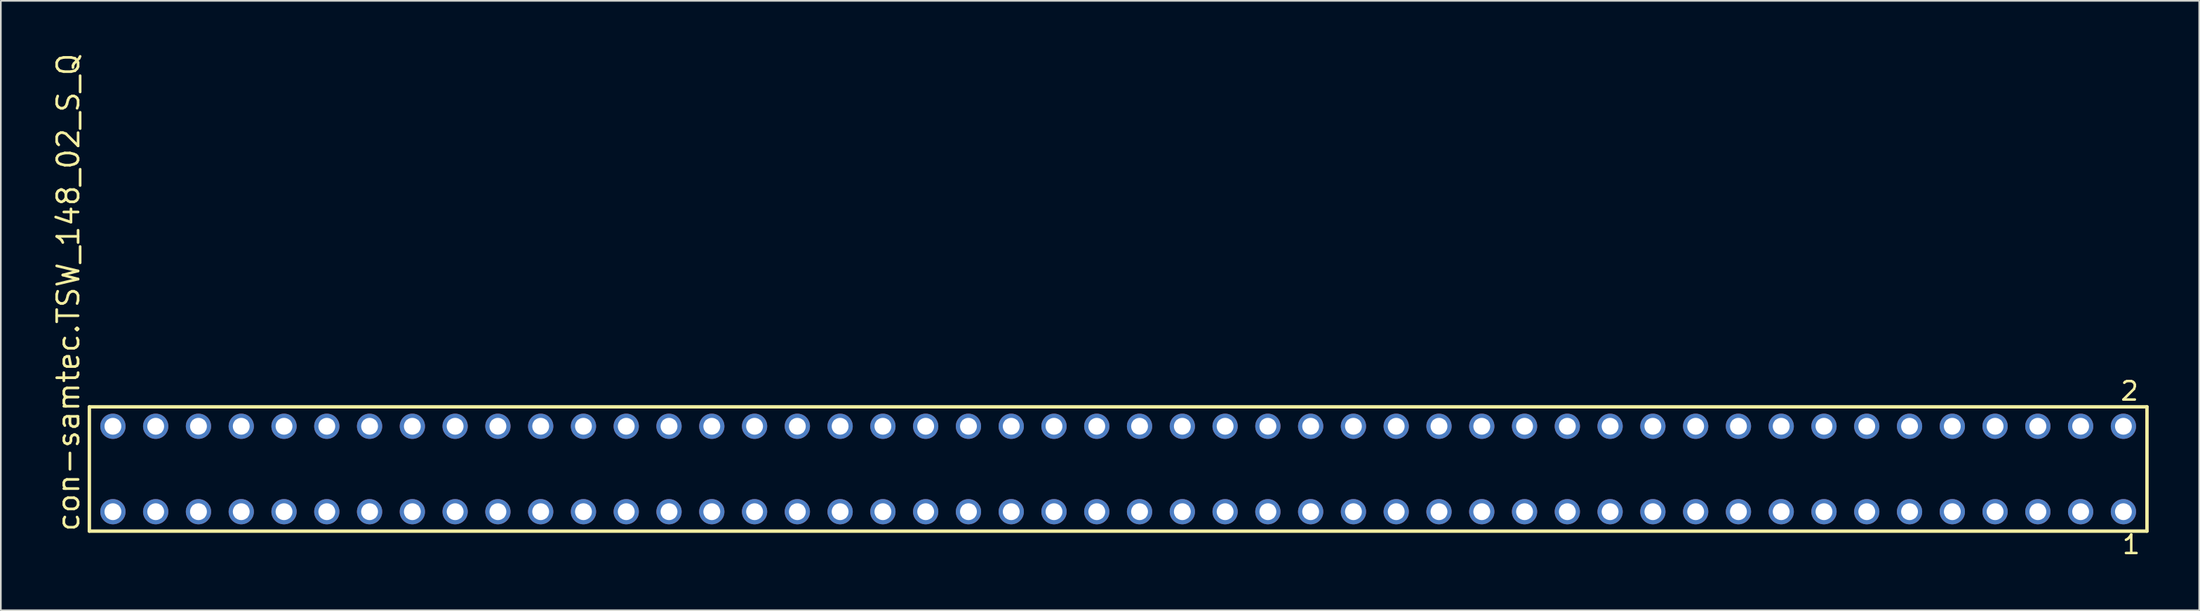
<source format=kicad_pcb>
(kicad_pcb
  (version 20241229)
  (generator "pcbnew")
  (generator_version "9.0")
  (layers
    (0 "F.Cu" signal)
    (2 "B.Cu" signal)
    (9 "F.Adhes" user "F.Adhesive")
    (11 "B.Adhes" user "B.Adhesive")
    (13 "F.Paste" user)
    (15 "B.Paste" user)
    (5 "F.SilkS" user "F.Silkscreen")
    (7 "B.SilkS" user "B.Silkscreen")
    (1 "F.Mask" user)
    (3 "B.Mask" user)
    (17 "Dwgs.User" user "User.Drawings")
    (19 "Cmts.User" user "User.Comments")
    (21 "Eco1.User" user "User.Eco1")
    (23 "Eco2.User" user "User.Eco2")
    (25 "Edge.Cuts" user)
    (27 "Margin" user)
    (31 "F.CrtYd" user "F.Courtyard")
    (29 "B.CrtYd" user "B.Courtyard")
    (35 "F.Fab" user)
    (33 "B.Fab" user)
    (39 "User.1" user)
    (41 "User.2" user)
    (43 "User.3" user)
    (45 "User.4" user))
  (footprint "con-samtec.TSW_148_02_S_Q"
    (layer "F.Cu")
    (at 63.345 24.84)
    (property "Reference" "con-samtec.TSW_148_02_S_Q" (at -61.595 3.81 90) (layer "F.SilkS") (effects (font (size 1.27 1.27) (thickness 0.16)) (justify left bottom)))
    (attr through_hole)
    (fp_line (start -61.089 -3.695) (end 61.089 -3.695) (stroke (width 0.203) (type default)) (layer "F.SilkS"))
    (fp_line (start -61.089 3.695) (end -61.089 -3.695) (stroke (width 0.203) (type default)) (layer "F.SilkS"))
    (fp_line (start 61.089 -3.695) (end 61.089 3.695) (stroke (width 0.203) (type default)) (layer "F.SilkS"))
    (fp_line (start 61.089 3.695) (end -61.089 3.695) (stroke (width 0.203) (type default)) (layer "F.SilkS"))
    (fp_rect (start -60.04 -2.19) (end -59.34 -2.89) (stroke (width 0.05) (type default)) (fill no) (layer "F.Fab"))
    (fp_rect (start -60.04 2.89) (end -59.34 2.19) (stroke (width 0.05) (type default)) (fill no) (layer "F.Fab"))
    (fp_rect (start -57.5 -2.19) (end -56.8 -2.89) (stroke (width 0.05) (type default)) (fill no) (layer "F.Fab"))
    (fp_rect (start -57.5 2.89) (end -56.8 2.19) (stroke (width 0.05) (type default)) (fill no) (layer "F.Fab"))
    (fp_rect (start -54.96 -2.19) (end -54.26 -2.89) (stroke (width 0.05) (type default)) (fill no) (layer "F.Fab"))
    (fp_rect (start -54.96 2.89) (end -54.26 2.19) (stroke (width 0.05) (type default)) (fill no) (layer "F.Fab"))
    (fp_rect (start -52.42 -2.19) (end -51.72 -2.89) (stroke (width 0.05) (type default)) (fill no) (layer "F.Fab"))
    (fp_rect (start -52.42 2.89) (end -51.72 2.19) (stroke (width 0.05) (type default)) (fill no) (layer "F.Fab"))
    (fp_rect (start -49.88 -2.19) (end -49.18 -2.89) (stroke (width 0.05) (type default)) (fill no) (layer "F.Fab"))
    (fp_rect (start -49.88 2.89) (end -49.18 2.19) (stroke (width 0.05) (type default)) (fill no) (layer "F.Fab"))
    (fp_rect (start -47.34 -2.19) (end -46.64 -2.89) (stroke (width 0.05) (type default)) (fill no) (layer "F.Fab"))
    (fp_rect (start -47.34 2.89) (end -46.64 2.19) (stroke (width 0.05) (type default)) (fill no) (layer "F.Fab"))
    (fp_rect (start -44.8 -2.19) (end -44.1 -2.89) (stroke (width 0.05) (type default)) (fill no) (layer "F.Fab"))
    (fp_rect (start -44.8 2.89) (end -44.1 2.19) (stroke (width 0.05) (type default)) (fill no) (layer "F.Fab"))
    (fp_rect (start -42.26 -2.19) (end -41.56 -2.89) (stroke (width 0.05) (type default)) (fill no) (layer "F.Fab"))
    (fp_rect (start -42.26 2.89) (end -41.56 2.19) (stroke (width 0.05) (type default)) (fill no) (layer "F.Fab"))
    (fp_rect (start -39.72 -2.19) (end -39.02 -2.89) (stroke (width 0.05) (type default)) (fill no) (layer "F.Fab"))
    (fp_rect (start -39.72 2.89) (end -39.02 2.19) (stroke (width 0.05) (type default)) (fill no) (layer "F.Fab"))
    (fp_rect (start -37.18 -2.19) (end -36.48 -2.89) (stroke (width 0.05) (type default)) (fill no) (layer "F.Fab"))
    (fp_rect (start -37.18 2.89) (end -36.48 2.19) (stroke (width 0.05) (type default)) (fill no) (layer "F.Fab"))
    (fp_rect (start -34.64 -2.19) (end -33.94 -2.89) (stroke (width 0.05) (type default)) (fill no) (layer "F.Fab"))
    (fp_rect (start -34.64 2.89) (end -33.94 2.19) (stroke (width 0.05) (type default)) (fill no) (layer "F.Fab"))
    (fp_rect (start -32.1 -2.19) (end -31.4 -2.89) (stroke (width 0.05) (type default)) (fill no) (layer "F.Fab"))
    (fp_rect (start -32.1 2.89) (end -31.4 2.19) (stroke (width 0.05) (type default)) (fill no) (layer "F.Fab"))
    (fp_rect (start -29.56 -2.19) (end -28.86 -2.89) (stroke (width 0.05) (type default)) (fill no) (layer "F.Fab"))
    (fp_rect (start -29.56 2.89) (end -28.86 2.19) (stroke (width 0.05) (type default)) (fill no) (layer "F.Fab"))
    (fp_rect (start -27.02 -2.19) (end -26.32 -2.89) (stroke (width 0.05) (type default)) (fill no) (layer "F.Fab"))
    (fp_rect (start -27.02 2.89) (end -26.32 2.19) (stroke (width 0.05) (type default)) (fill no) (layer "F.Fab"))
    (fp_rect (start -24.48 -2.19) (end -23.78 -2.89) (stroke (width 0.05) (type default)) (fill no) (layer "F.Fab"))
    (fp_rect (start -24.48 2.89) (end -23.78 2.19) (stroke (width 0.05) (type default)) (fill no) (layer "F.Fab"))
    (fp_rect (start -21.94 -2.19) (end -21.24 -2.89) (stroke (width 0.05) (type default)) (fill no) (layer "F.Fab"))
    (fp_rect (start -21.94 2.89) (end -21.24 2.19) (stroke (width 0.05) (type default)) (fill no) (layer "F.Fab"))
    (fp_rect (start -19.4 -2.19) (end -18.7 -2.89) (stroke (width 0.05) (type default)) (fill no) (layer "F.Fab"))
    (fp_rect (start -19.4 2.89) (end -18.7 2.19) (stroke (width 0.05) (type default)) (fill no) (layer "F.Fab"))
    (fp_rect (start -16.86 -2.19) (end -16.16 -2.89) (stroke (width 0.05) (type default)) (fill no) (layer "F.Fab"))
    (fp_rect (start -16.86 2.89) (end -16.16 2.19) (stroke (width 0.05) (type default)) (fill no) (layer "F.Fab"))
    (fp_rect (start -14.32 -2.19) (end -13.62 -2.89) (stroke (width 0.05) (type default)) (fill no) (layer "F.Fab"))
    (fp_rect (start -14.32 2.89) (end -13.62 2.19) (stroke (width 0.05) (type default)) (fill no) (layer "F.Fab"))
    (fp_rect (start -11.78 -2.19) (end -11.08 -2.89) (stroke (width 0.05) (type default)) (fill no) (layer "F.Fab"))
    (fp_rect (start -11.78 2.89) (end -11.08 2.19) (stroke (width 0.05) (type default)) (fill no) (layer "F.Fab"))
    (fp_rect (start -9.24 -2.19) (end -8.54 -2.89) (stroke (width 0.05) (type default)) (fill no) (layer "F.Fab"))
    (fp_rect (start -9.24 2.89) (end -8.54 2.19) (stroke (width 0.05) (type default)) (fill no) (layer "F.Fab"))
    (fp_rect (start -6.7 -2.19) (end -6 -2.89) (stroke (width 0.05) (type default)) (fill no) (layer "F.Fab"))
    (fp_rect (start -6.7 2.89) (end -6 2.19) (stroke (width 0.05) (type default)) (fill no) (layer "F.Fab"))
    (fp_rect (start -4.16 -2.19) (end -3.46 -2.89) (stroke (width 0.05) (type default)) (fill no) (layer "F.Fab"))
    (fp_rect (start -4.16 2.89) (end -3.46 2.19) (stroke (width 0.05) (type default)) (fill no) (layer "F.Fab"))
    (fp_rect (start -1.62 -2.19) (end -0.92 -2.89) (stroke (width 0.05) (type default)) (fill no) (layer "F.Fab"))
    (fp_rect (start -1.62 2.89) (end -0.92 2.19) (stroke (width 0.05) (type default)) (fill no) (layer "F.Fab"))
    (fp_rect (start 0.92 -2.19) (end 1.62 -2.89) (stroke (width 0.05) (type default)) (fill no) (layer "F.Fab"))
    (fp_rect (start 0.92 2.89) (end 1.62 2.19) (stroke (width 0.05) (type default)) (fill no) (layer "F.Fab"))
    (fp_rect (start 3.46 -2.19) (end 4.16 -2.89) (stroke (width 0.05) (type default)) (fill no) (layer "F.Fab"))
    (fp_rect (start 3.46 2.89) (end 4.16 2.19) (stroke (width 0.05) (type default)) (fill no) (layer "F.Fab"))
    (fp_rect (start 6 -2.19) (end 6.7 -2.89) (stroke (width 0.05) (type default)) (fill no) (layer "F.Fab"))
    (fp_rect (start 6 2.89) (end 6.7 2.19) (stroke (width 0.05) (type default)) (fill no) (layer "F.Fab"))
    (fp_rect (start 8.54 -2.19) (end 9.24 -2.89) (stroke (width 0.05) (type default)) (fill no) (layer "F.Fab"))
    (fp_rect (start 8.54 2.89) (end 9.24 2.19) (stroke (width 0.05) (type default)) (fill no) (layer "F.Fab"))
    (fp_rect (start 11.08 -2.19) (end 11.78 -2.89) (stroke (width 0.05) (type default)) (fill no) (layer "F.Fab"))
    (fp_rect (start 11.08 2.89) (end 11.78 2.19) (stroke (width 0.05) (type default)) (fill no) (layer "F.Fab"))
    (fp_rect (start 13.62 -2.19) (end 14.32 -2.89) (stroke (width 0.05) (type default)) (fill no) (layer "F.Fab"))
    (fp_rect (start 13.62 2.89) (end 14.32 2.19) (stroke (width 0.05) (type default)) (fill no) (layer "F.Fab"))
    (fp_rect (start 16.16 -2.19) (end 16.86 -2.89) (stroke (width 0.05) (type default)) (fill no) (layer "F.Fab"))
    (fp_rect (start 16.16 2.89) (end 16.86 2.19) (stroke (width 0.05) (type default)) (fill no) (layer "F.Fab"))
    (fp_rect (start 18.7 -2.19) (end 19.4 -2.89) (stroke (width 0.05) (type default)) (fill no) (layer "F.Fab"))
    (fp_rect (start 18.7 2.89) (end 19.4 2.19) (stroke (width 0.05) (type default)) (fill no) (layer "F.Fab"))
    (fp_rect (start 21.24 -2.19) (end 21.94 -2.89) (stroke (width 0.05) (type default)) (fill no) (layer "F.Fab"))
    (fp_rect (start 21.24 2.89) (end 21.94 2.19) (stroke (width 0.05) (type default)) (fill no) (layer "F.Fab"))
    (fp_rect (start 23.78 -2.19) (end 24.48 -2.89) (stroke (width 0.05) (type default)) (fill no) (layer "F.Fab"))
    (fp_rect (start 23.78 2.89) (end 24.48 2.19) (stroke (width 0.05) (type default)) (fill no) (layer "F.Fab"))
    (fp_rect (start 26.32 -2.19) (end 27.02 -2.89) (stroke (width 0.05) (type default)) (fill no) (layer "F.Fab"))
    (fp_rect (start 26.32 2.89) (end 27.02 2.19) (stroke (width 0.05) (type default)) (fill no) (layer "F.Fab"))
    (fp_rect (start 28.86 -2.19) (end 29.56 -2.89) (stroke (width 0.05) (type default)) (fill no) (layer "F.Fab"))
    (fp_rect (start 28.86 2.89) (end 29.56 2.19) (stroke (width 0.05) (type default)) (fill no) (layer "F.Fab"))
    (fp_rect (start 31.4 -2.19) (end 32.1 -2.89) (stroke (width 0.05) (type default)) (fill no) (layer "F.Fab"))
    (fp_rect (start 31.4 2.89) (end 32.1 2.19) (stroke (width 0.05) (type default)) (fill no) (layer "F.Fab"))
    (fp_rect (start 33.94 -2.19) (end 34.64 -2.89) (stroke (width 0.05) (type default)) (fill no) (layer "F.Fab"))
    (fp_rect (start 33.94 2.89) (end 34.64 2.19) (stroke (width 0.05) (type default)) (fill no) (layer "F.Fab"))
    (fp_rect (start 36.48 -2.19) (end 37.18 -2.89) (stroke (width 0.05) (type default)) (fill no) (layer "F.Fab"))
    (fp_rect (start 36.48 2.89) (end 37.18 2.19) (stroke (width 0.05) (type default)) (fill no) (layer "F.Fab"))
    (fp_rect (start 39.02 -2.19) (end 39.72 -2.89) (stroke (width 0.05) (type default)) (fill no) (layer "F.Fab"))
    (fp_rect (start 39.02 2.89) (end 39.72 2.19) (stroke (width 0.05) (type default)) (fill no) (layer "F.Fab"))
    (fp_rect (start 41.56 -2.19) (end 42.26 -2.89) (stroke (width 0.05) (type default)) (fill no) (layer "F.Fab"))
    (fp_rect (start 41.56 2.89) (end 42.26 2.19) (stroke (width 0.05) (type default)) (fill no) (layer "F.Fab"))
    (fp_rect (start 44.1 -2.19) (end 44.8 -2.89) (stroke (width 0.05) (type default)) (fill no) (layer "F.Fab"))
    (fp_rect (start 44.1 2.89) (end 44.8 2.19) (stroke (width 0.05) (type default)) (fill no) (layer "F.Fab"))
    (fp_rect (start 46.64 -2.19) (end 47.34 -2.89) (stroke (width 0.05) (type default)) (fill no) (layer "F.Fab"))
    (fp_rect (start 46.64 2.89) (end 47.34 2.19) (stroke (width 0.05) (type default)) (fill no) (layer "F.Fab"))
    (fp_rect (start 49.18 -2.19) (end 49.88 -2.89) (stroke (width 0.05) (type default)) (fill no) (layer "F.Fab"))
    (fp_rect (start 49.18 2.89) (end 49.88 2.19) (stroke (width 0.05) (type default)) (fill no) (layer "F.Fab"))
    (fp_rect (start 51.72 -2.19) (end 52.42 -2.89) (stroke (width 0.05) (type default)) (fill no) (layer "F.Fab"))
    (fp_rect (start 51.72 2.89) (end 52.42 2.19) (stroke (width 0.05) (type default)) (fill no) (layer "F.Fab"))
    (fp_rect (start 54.26 -2.19) (end 54.96 -2.89) (stroke (width 0.05) (type default)) (fill no) (layer "F.Fab"))
    (fp_rect (start 54.26 2.89) (end 54.96 2.19) (stroke (width 0.05) (type default)) (fill no) (layer "F.Fab"))
    (fp_rect (start 56.8 -2.19) (end 57.5 -2.89) (stroke (width 0.05) (type default)) (fill no) (layer "F.Fab"))
    (fp_rect (start 56.8 2.89) (end 57.5 2.19) (stroke (width 0.05) (type default)) (fill no) (layer "F.Fab"))
    (fp_rect (start 59.34 -2.19) (end 60.04 -2.89) (stroke (width 0.05) (type default)) (fill no) (layer "F.Fab"))
    (fp_rect (start 59.34 2.89) (end 60.04 2.19) (stroke (width 0.05) (type default)) (fill no) (layer "F.Fab"))
    (fp_text user "2" (at 59.432 -3.989 0) (layer "F.SilkS") (effects (font (size 1.1 1.1) (thickness 0.15)) (justify left bottom)))
    (fp_text user "1" (at 59.532 5.138 0) (layer "F.SilkS") (effects (font (size 1.1 1.1) (thickness 0.15)) (justify left bottom)))
    (pad "1" thru_hole circle (at 59.69 2.54 180) (size 1.5 1.5) (drill 1) (layers "*.Cu" "*.Mask"))
    (pad "2" thru_hole circle (at 59.69 -2.54 180) (size 1.5 1.5) (drill 1) (layers "*.Cu" "*.Mask"))
    (pad "3" thru_hole circle (at 57.15 2.54 180) (size 1.5 1.5) (drill 1) (layers "*.Cu" "*.Mask"))
    (pad "4" thru_hole circle (at 57.15 -2.54 180) (size 1.5 1.5) (drill 1) (layers "*.Cu" "*.Mask"))
    (pad "5" thru_hole circle (at 54.61 2.54 180) (size 1.5 1.5) (drill 1) (layers "*.Cu" "*.Mask"))
    (pad "6" thru_hole circle (at 54.61 -2.54 180) (size 1.5 1.5) (drill 1) (layers "*.Cu" "*.Mask"))
    (pad "7" thru_hole circle (at 52.07 2.54 180) (size 1.5 1.5) (drill 1) (layers "*.Cu" "*.Mask"))
    (pad "8" thru_hole circle (at 52.07 -2.54 180) (size 1.5 1.5) (drill 1) (layers "*.Cu" "*.Mask"))
    (pad "9" thru_hole circle (at 49.53 2.54 180) (size 1.5 1.5) (drill 1) (layers "*.Cu" "*.Mask"))
    (pad "10" thru_hole circle (at 49.53 -2.54 180) (size 1.5 1.5) (drill 1) (layers "*.Cu" "*.Mask"))
    (pad "11" thru_hole circle (at 46.99 2.54 180) (size 1.5 1.5) (drill 1) (layers "*.Cu" "*.Mask"))
    (pad "12" thru_hole circle (at 46.99 -2.54 180) (size 1.5 1.5) (drill 1) (layers "*.Cu" "*.Mask"))
    (pad "13" thru_hole circle (at 44.45 2.54 180) (size 1.5 1.5) (drill 1) (layers "*.Cu" "*.Mask"))
    (pad "14" thru_hole circle (at 44.45 -2.54 180) (size 1.5 1.5) (drill 1) (layers "*.Cu" "*.Mask"))
    (pad "15" thru_hole circle (at 41.91 2.54 180) (size 1.5 1.5) (drill 1) (layers "*.Cu" "*.Mask"))
    (pad "16" thru_hole circle (at 41.91 -2.54 180) (size 1.5 1.5) (drill 1) (layers "*.Cu" "*.Mask"))
    (pad "17" thru_hole circle (at 39.37 2.54 180) (size 1.5 1.5) (drill 1) (layers "*.Cu" "*.Mask"))
    (pad "18" thru_hole circle (at 39.37 -2.54 180) (size 1.5 1.5) (drill 1) (layers "*.Cu" "*.Mask"))
    (pad "19" thru_hole circle (at 36.83 2.54 180) (size 1.5 1.5) (drill 1) (layers "*.Cu" "*.Mask"))
    (pad "20" thru_hole circle (at 36.83 -2.54 180) (size 1.5 1.5) (drill 1) (layers "*.Cu" "*.Mask"))
    (pad "21" thru_hole circle (at 34.29 2.54 180) (size 1.5 1.5) (drill 1) (layers "*.Cu" "*.Mask"))
    (pad "22" thru_hole circle (at 34.29 -2.54 180) (size 1.5 1.5) (drill 1) (layers "*.Cu" "*.Mask"))
    (pad "23" thru_hole circle (at 31.75 2.54 180) (size 1.5 1.5) (drill 1) (layers "*.Cu" "*.Mask"))
    (pad "24" thru_hole circle (at 31.75 -2.54 180) (size 1.5 1.5) (drill 1) (layers "*.Cu" "*.Mask"))
    (pad "25" thru_hole circle (at 29.21 2.54 180) (size 1.5 1.5) (drill 1) (layers "*.Cu" "*.Mask"))
    (pad "26" thru_hole circle (at 29.21 -2.54 180) (size 1.5 1.5) (drill 1) (layers "*.Cu" "*.Mask"))
    (pad "27" thru_hole circle (at 26.67 2.54 180) (size 1.5 1.5) (drill 1) (layers "*.Cu" "*.Mask"))
    (pad "28" thru_hole circle (at 26.67 -2.54 180) (size 1.5 1.5) (drill 1) (layers "*.Cu" "*.Mask"))
    (pad "29" thru_hole circle (at 24.13 2.54 180) (size 1.5 1.5) (drill 1) (layers "*.Cu" "*.Mask"))
    (pad "30" thru_hole circle (at 24.13 -2.54 180) (size 1.5 1.5) (drill 1) (layers "*.Cu" "*.Mask"))
    (pad "31" thru_hole circle (at 21.59 2.54 180) (size 1.5 1.5) (drill 1) (layers "*.Cu" "*.Mask"))
    (pad "32" thru_hole circle (at 21.59 -2.54 180) (size 1.5 1.5) (drill 1) (layers "*.Cu" "*.Mask"))
    (pad "33" thru_hole circle (at 19.05 2.54 180) (size 1.5 1.5) (drill 1) (layers "*.Cu" "*.Mask"))
    (pad "34" thru_hole circle (at 19.05 -2.54 180) (size 1.5 1.5) (drill 1) (layers "*.Cu" "*.Mask"))
    (pad "35" thru_hole circle (at 16.51 2.54 180) (size 1.5 1.5) (drill 1) (layers "*.Cu" "*.Mask"))
    (pad "36" thru_hole circle (at 16.51 -2.54 180) (size 1.5 1.5) (drill 1) (layers "*.Cu" "*.Mask"))
    (pad "37" thru_hole circle (at 13.97 2.54 180) (size 1.5 1.5) (drill 1) (layers "*.Cu" "*.Mask"))
    (pad "38" thru_hole circle (at 13.97 -2.54 180) (size 1.5 1.5) (drill 1) (layers "*.Cu" "*.Mask"))
    (pad "39" thru_hole circle (at 11.43 2.54 180) (size 1.5 1.5) (drill 1) (layers "*.Cu" "*.Mask"))
    (pad "40" thru_hole circle (at 11.43 -2.54 180) (size 1.5 1.5) (drill 1) (layers "*.Cu" "*.Mask"))
    (pad "41" thru_hole circle (at 8.89 2.54 180) (size 1.5 1.5) (drill 1) (layers "*.Cu" "*.Mask"))
    (pad "42" thru_hole circle (at 8.89 -2.54 180) (size 1.5 1.5) (drill 1) (layers "*.Cu" "*.Mask"))
    (pad "43" thru_hole circle (at 6.35 2.54 180) (size 1.5 1.5) (drill 1) (layers "*.Cu" "*.Mask"))
    (pad "44" thru_hole circle (at 6.35 -2.54 180) (size 1.5 1.5) (drill 1) (layers "*.Cu" "*.Mask"))
    (pad "45" thru_hole circle (at 3.81 2.54 180) (size 1.5 1.5) (drill 1) (layers "*.Cu" "*.Mask"))
    (pad "46" thru_hole circle (at 3.81 -2.54 180) (size 1.5 1.5) (drill 1) (layers "*.Cu" "*.Mask"))
    (pad "47" thru_hole circle (at 1.27 2.54 180) (size 1.5 1.5) (drill 1) (layers "*.Cu" "*.Mask"))
    (pad "48" thru_hole circle (at 1.27 -2.54 180) (size 1.5 1.5) (drill 1) (layers "*.Cu" "*.Mask"))
    (pad "49" thru_hole circle (at -1.27 2.54 180) (size 1.5 1.5) (drill 1) (layers "*.Cu" "*.Mask"))
    (pad "50" thru_hole circle (at -1.27 -2.54 180) (size 1.5 1.5) (drill 1) (layers "*.Cu" "*.Mask"))
    (pad "51" thru_hole circle (at -3.81 2.54 180) (size 1.5 1.5) (drill 1) (layers "*.Cu" "*.Mask"))
    (pad "52" thru_hole circle (at -3.81 -2.54 180) (size 1.5 1.5) (drill 1) (layers "*.Cu" "*.Mask"))
    (pad "53" thru_hole circle (at -6.35 2.54 180) (size 1.5 1.5) (drill 1) (layers "*.Cu" "*.Mask"))
    (pad "54" thru_hole circle (at -6.35 -2.54 180) (size 1.5 1.5) (drill 1) (layers "*.Cu" "*.Mask"))
    (pad "55" thru_hole circle (at -8.89 2.54 180) (size 1.5 1.5) (drill 1) (layers "*.Cu" "*.Mask"))
    (pad "56" thru_hole circle (at -8.89 -2.54 180) (size 1.5 1.5) (drill 1) (layers "*.Cu" "*.Mask"))
    (pad "57" thru_hole circle (at -11.43 2.54 180) (size 1.5 1.5) (drill 1) (layers "*.Cu" "*.Mask"))
    (pad "58" thru_hole circle (at -11.43 -2.54 180) (size 1.5 1.5) (drill 1) (layers "*.Cu" "*.Mask"))
    (pad "59" thru_hole circle (at -13.97 2.54 180) (size 1.5 1.5) (drill 1) (layers "*.Cu" "*.Mask"))
    (pad "60" thru_hole circle (at -13.97 -2.54 180) (size 1.5 1.5) (drill 1) (layers "*.Cu" "*.Mask"))
    (pad "61" thru_hole circle (at -16.51 2.54 180) (size 1.5 1.5) (drill 1) (layers "*.Cu" "*.Mask"))
    (pad "62" thru_hole circle (at -16.51 -2.54 180) (size 1.5 1.5) (drill 1) (layers "*.Cu" "*.Mask"))
    (pad "63" thru_hole circle (at -19.05 2.54 180) (size 1.5 1.5) (drill 1) (layers "*.Cu" "*.Mask"))
    (pad "64" thru_hole circle (at -19.05 -2.54 180) (size 1.5 1.5) (drill 1) (layers "*.Cu" "*.Mask"))
    (pad "65" thru_hole circle (at -21.59 2.54 180) (size 1.5 1.5) (drill 1) (layers "*.Cu" "*.Mask"))
    (pad "66" thru_hole circle (at -21.59 -2.54 180) (size 1.5 1.5) (drill 1) (layers "*.Cu" "*.Mask"))
    (pad "67" thru_hole circle (at -24.13 2.54 180) (size 1.5 1.5) (drill 1) (layers "*.Cu" "*.Mask"))
    (pad "68" thru_hole circle (at -24.13 -2.54 180) (size 1.5 1.5) (drill 1) (layers "*.Cu" "*.Mask"))
    (pad "69" thru_hole circle (at -26.67 2.54 180) (size 1.5 1.5) (drill 1) (layers "*.Cu" "*.Mask"))
    (pad "70" thru_hole circle (at -26.67 -2.54 180) (size 1.5 1.5) (drill 1) (layers "*.Cu" "*.Mask"))
    (pad "71" thru_hole circle (at -29.21 2.54 180) (size 1.5 1.5) (drill 1) (layers "*.Cu" "*.Mask"))
    (pad "72" thru_hole circle (at -29.21 -2.54 180) (size 1.5 1.5) (drill 1) (layers "*.Cu" "*.Mask"))
    (pad "73" thru_hole circle (at -31.75 2.54 180) (size 1.5 1.5) (drill 1) (layers "*.Cu" "*.Mask"))
    (pad "74" thru_hole circle (at -31.75 -2.54 180) (size 1.5 1.5) (drill 1) (layers "*.Cu" "*.Mask"))
    (pad "75" thru_hole circle (at -34.29 2.54 180) (size 1.5 1.5) (drill 1) (layers "*.Cu" "*.Mask"))
    (pad "76" thru_hole circle (at -34.29 -2.54 180) (size 1.5 1.5) (drill 1) (layers "*.Cu" "*.Mask"))
    (pad "77" thru_hole circle (at -36.83 2.54 180) (size 1.5 1.5) (drill 1) (layers "*.Cu" "*.Mask"))
    (pad "78" thru_hole circle (at -36.83 -2.54 180) (size 1.5 1.5) (drill 1) (layers "*.Cu" "*.Mask"))
    (pad "79" thru_hole circle (at -39.37 2.54 180) (size 1.5 1.5) (drill 1) (layers "*.Cu" "*.Mask"))
    (pad "80" thru_hole circle (at -39.37 -2.54 180) (size 1.5 1.5) (drill 1) (layers "*.Cu" "*.Mask"))
    (pad "81" thru_hole circle (at -41.91 2.54 180) (size 1.5 1.5) (drill 1) (layers "*.Cu" "*.Mask"))
    (pad "82" thru_hole circle (at -41.91 -2.54 180) (size 1.5 1.5) (drill 1) (layers "*.Cu" "*.Mask"))
    (pad "83" thru_hole circle (at -44.45 2.54 180) (size 1.5 1.5) (drill 1) (layers "*.Cu" "*.Mask"))
    (pad "84" thru_hole circle (at -44.45 -2.54 180) (size 1.5 1.5) (drill 1) (layers "*.Cu" "*.Mask"))
    (pad "85" thru_hole circle (at -46.99 2.54 180) (size 1.5 1.5) (drill 1) (layers "*.Cu" "*.Mask"))
    (pad "86" thru_hole circle (at -46.99 -2.54 180) (size 1.5 1.5) (drill 1) (layers "*.Cu" "*.Mask"))
    (pad "87" thru_hole circle (at -49.53 2.54 180) (size 1.5 1.5) (drill 1) (layers "*.Cu" "*.Mask"))
    (pad "88" thru_hole circle (at -49.53 -2.54 180) (size 1.5 1.5) (drill 1) (layers "*.Cu" "*.Mask"))
    (pad "89" thru_hole circle (at -52.07 2.54 180) (size 1.5 1.5) (drill 1) (layers "*.Cu" "*.Mask"))
    (pad "90" thru_hole circle (at -52.07 -2.54 180) (size 1.5 1.5) (drill 1) (layers "*.Cu" "*.Mask"))
    (pad "91" thru_hole circle (at -54.61 2.54 180) (size 1.5 1.5) (drill 1) (layers "*.Cu" "*.Mask"))
    (pad "92" thru_hole circle (at -54.61 -2.54 180) (size 1.5 1.5) (drill 1) (layers "*.Cu" "*.Mask"))
    (pad "93" thru_hole circle (at -57.15 2.54 180) (size 1.5 1.5) (drill 1) (layers "*.Cu" "*.Mask"))
    (pad "94" thru_hole circle (at -57.15 -2.54 180) (size 1.5 1.5) (drill 1) (layers "*.Cu" "*.Mask"))
    (pad "95" thru_hole circle (at -59.69 2.54 180) (size 1.5 1.5) (drill 1) (layers "*.Cu" "*.Mask"))
    (pad "96" thru_hole circle (at -59.69 -2.54 180) (size 1.5 1.5) (drill 1) (layers "*.Cu" "*.Mask")))
  (gr_rect
    (start -3 -3)
    (end 127.536 33.241)
    (stroke (width 0.1) (type default))
    (fill no)
    (layer "Edge.Cuts")))
</source>
